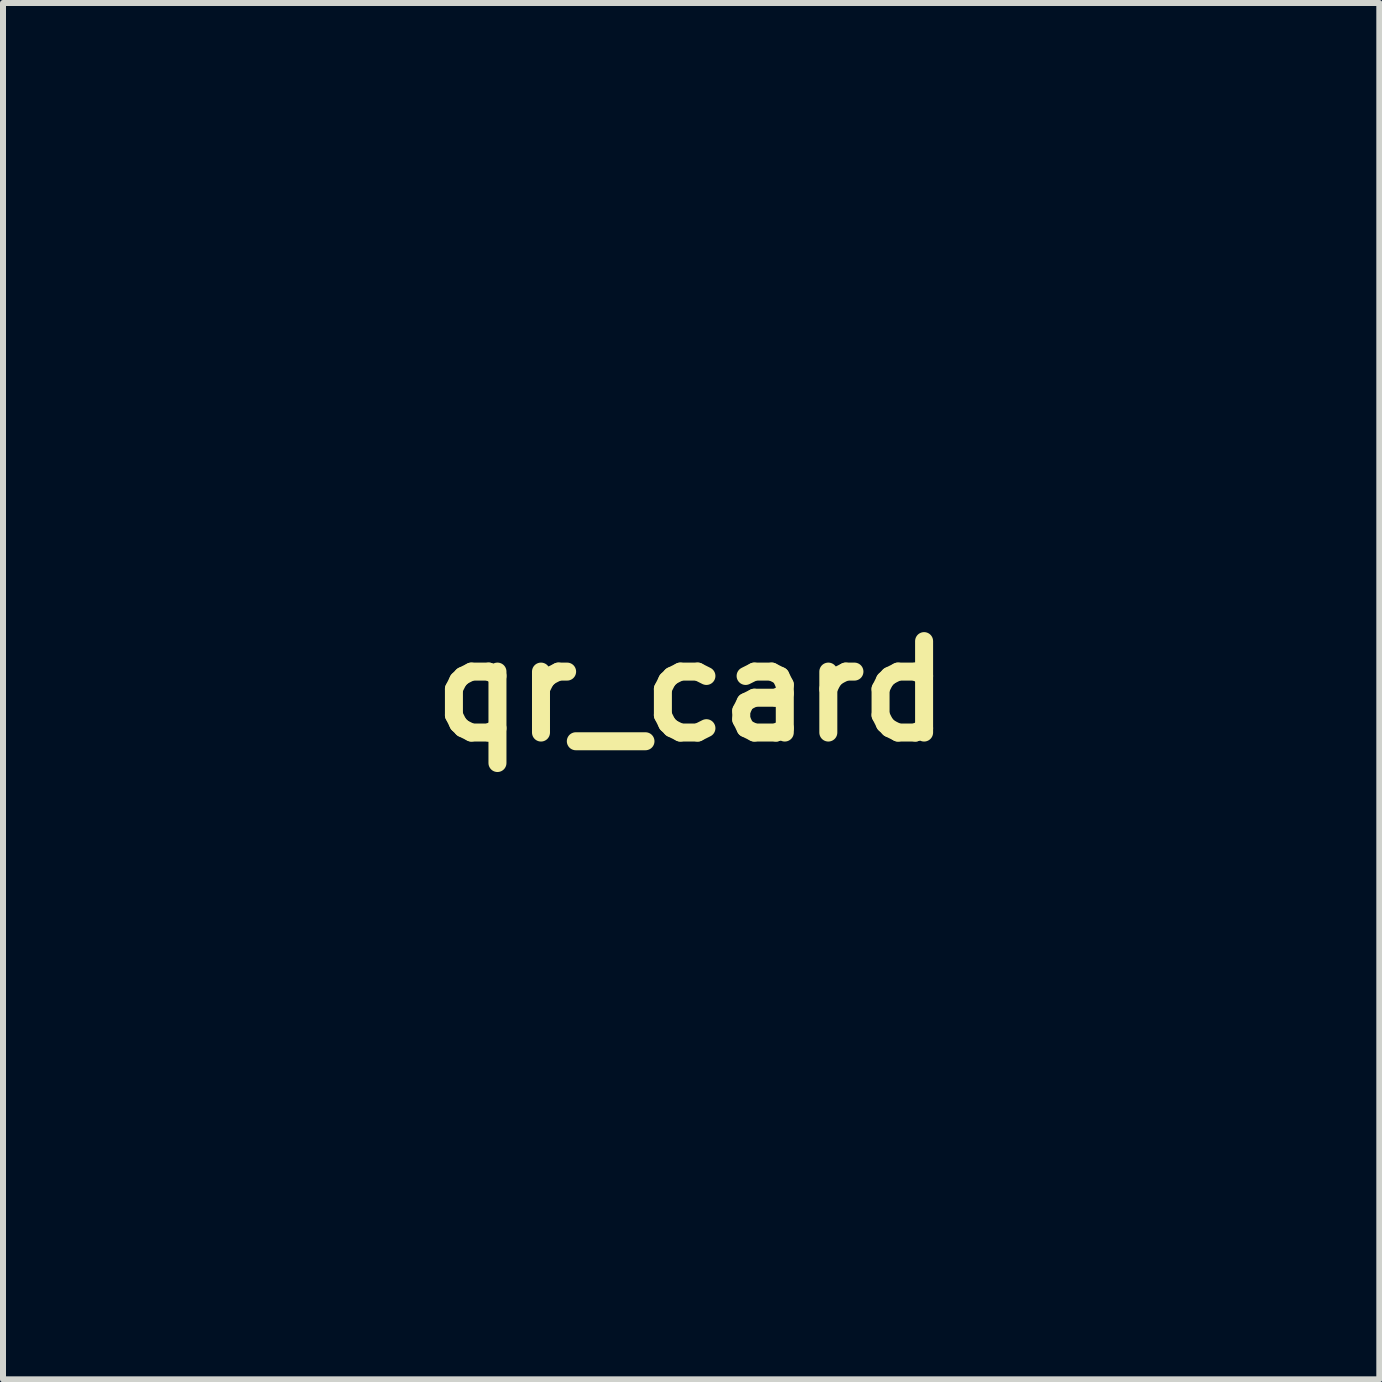
<source format=kicad_pcb>
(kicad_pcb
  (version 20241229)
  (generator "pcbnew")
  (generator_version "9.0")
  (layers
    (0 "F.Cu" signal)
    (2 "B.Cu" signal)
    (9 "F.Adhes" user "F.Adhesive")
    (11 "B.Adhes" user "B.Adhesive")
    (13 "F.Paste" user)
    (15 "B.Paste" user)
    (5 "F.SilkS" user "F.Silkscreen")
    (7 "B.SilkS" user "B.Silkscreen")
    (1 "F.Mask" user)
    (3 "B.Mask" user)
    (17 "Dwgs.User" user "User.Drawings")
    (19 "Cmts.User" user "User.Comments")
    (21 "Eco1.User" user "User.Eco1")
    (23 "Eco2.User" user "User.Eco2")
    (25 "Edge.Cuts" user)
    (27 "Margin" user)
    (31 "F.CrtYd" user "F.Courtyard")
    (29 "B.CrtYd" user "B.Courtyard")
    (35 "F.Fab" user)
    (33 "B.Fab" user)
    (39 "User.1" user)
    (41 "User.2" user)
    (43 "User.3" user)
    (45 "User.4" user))
  (footprint "qr_card"
    (layer "F.Cu")
    (at 8.472 8.472)
    (property "Reference" "qr_card" (at 0 0 0) (layer "F.SilkS") (effects (font (size 1.524 1.524) (thickness 0.3))))
    (attr through_hole)
    (fp_poly (pts (xy 0.254 -5.08) (xy -0.339 -5.08) (xy -0.339 -6.265) (xy 0.254 -6.265) (xy 0.254 -5.08)) (stroke (width 0.01) (type solid)) (fill no) (layer "Eco2.User"))
    (fp_poly (pts (xy 6.773 -0.931) (xy 5.588 -0.931) (xy 5.588 -1.524) (xy 6.773 -1.524) (xy 6.773 -0.931)) (stroke (width 0.01) (type solid)) (fill no) (layer "Eco2.User"))
    (fp_poly (pts (xy -3.895 -3.895) (xy -6.858 -3.895) (xy -6.858 -6.265) (xy -6.265 -6.265) (xy -6.265 -4.487) (xy -4.487 -4.487) (xy -4.487 -6.265) (xy -6.265 -6.265) (xy -6.858 -6.265) (xy -6.858 -6.858) (xy -3.895 -6.858) (xy -3.895 -3.895)) (stroke (width 0.01) (type solid)) (fill no) (layer "Eco2.User"))
    (fp_poly (pts (xy -3.895 6.773) (xy -6.858 6.773) (xy -6.858 4.403) (xy -6.265 4.403) (xy -6.265 6.181) (xy -4.487 6.181) (xy -4.487 4.403) (xy -6.265 4.403) (xy -6.858 4.403) (xy -6.858 3.81) (xy -3.895 3.81) (xy -3.895 6.773)) (stroke (width 0.01) (type solid)) (fill no) (layer "Eco2.User"))
    (fp_poly (pts (xy 6.773 -3.895) (xy 3.81 -3.895) (xy 3.81 -6.265) (xy 4.403 -6.265) (xy 4.403 -4.487) (xy 6.181 -4.487) (xy 6.181 -6.265) (xy 4.403 -6.265) (xy 3.81 -6.265) (xy 3.81 -6.858) (xy 6.773 -6.858) (xy 6.773 -3.895)) (stroke (width 0.01) (type solid)) (fill no) (layer "Eco2.User"))
    (fp_poly (pts (xy 4.995 5.292) (xy 5.008 5.49) (xy 5.082 5.572) (xy 5.269 5.588) (xy 5.292 5.588) (xy 5.588 5.588) (xy 5.588 6.773) (xy 4.995 6.773) (xy 4.995 5.588) (xy 3.81 5.588) (xy 3.81 4.995) (xy 4.995 4.995) (xy 4.995 5.292)) (stroke (width 0.01) (type solid)) (fill no) (layer "Eco2.User"))
    (fp_poly (pts (xy -0.436 5.008) (xy -0.355 5.082) (xy -0.339 5.269) (xy -0.339 5.292) (xy -0.352 5.49) (xy -0.426 5.572) (xy -0.612 5.588) (xy -0.635 5.588) (xy -0.834 5.575) (xy -0.915 5.501) (xy -0.931 5.314) (xy -0.931 5.292) (xy -0.918 5.093) (xy -0.844 5.012) (xy -0.658 4.995) (xy -0.635 4.995) (xy -0.436 5.008)) (stroke (width 0.01) (type solid)) (fill no) (layer "Eco2.User"))
    (fp_poly (pts (xy 0.156 3.823) (xy 0.238 3.897) (xy 0.254 4.084) (xy 0.254 4.106) (xy 0.241 4.305) (xy 0.167 4.386) (xy -0.02 4.403) (xy -0.042 4.403) (xy -0.241 4.39) (xy -0.322 4.316) (xy -0.339 4.129) (xy -0.339 4.106) (xy -0.326 3.908) (xy -0.252 3.826) (xy -0.065 3.81) (xy -0.042 3.81) (xy 0.156 3.823)) (stroke (width 0.01) (type solid)) (fill no) (layer "Eco2.User"))
    (fp_poly (pts (xy 1.342 -1.511) (xy 1.423 -1.437) (xy 1.439 -1.25) (xy 1.439 -1.228) (xy 1.426 -1.029) (xy 1.352 -0.948) (xy 1.166 -0.931) (xy 1.143 -0.931) (xy 0.944 -0.944) (xy 0.863 -1.018) (xy 0.847 -1.205) (xy 0.847 -1.228) (xy 0.86 -1.426) (xy 0.934 -1.508) (xy 1.12 -1.524) (xy 1.143 -1.524) (xy 1.342 -1.511)) (stroke (width 0.01) (type solid)) (fill no) (layer "Eco2.User"))
    (fp_poly (pts (xy 1.342 3.823) (xy 1.423 3.897) (xy 1.439 4.084) (xy 1.439 4.106) (xy 1.426 4.305) (xy 1.352 4.386) (xy 1.166 4.403) (xy 1.143 4.403) (xy 0.944 4.39) (xy 0.863 4.316) (xy 0.847 4.129) (xy 0.847 4.106) (xy 0.86 3.908) (xy 0.934 3.826) (xy 1.12 3.81) (xy 1.143 3.81) (xy 1.342 3.823)) (stroke (width 0.01) (type solid)) (fill no) (layer "Eco2.User"))
    (fp_poly (pts (xy 6.676 1.452) (xy 6.757 1.526) (xy 6.773 1.713) (xy 6.773 1.736) (xy 6.76 1.934) (xy 6.686 2.016) (xy 6.5 2.032) (xy 6.477 2.032) (xy 6.278 2.019) (xy 6.197 1.945) (xy 6.181 1.758) (xy 6.181 1.736) (xy 6.194 1.537) (xy 6.268 1.456) (xy 6.454 1.439) (xy 6.477 1.439) (xy 6.676 1.452)) (stroke (width 0.01) (type solid)) (fill no) (layer "Eco2.User"))
    (fp_poly (pts (xy 4.403 -0.339) (xy 3.217 -0.339) (xy 3.217 -0.042) (xy 3.204 0.156) (xy 3.13 0.238) (xy 2.944 0.254) (xy 2.921 0.254) (xy 2.722 0.241) (xy 2.641 0.167) (xy 2.625 -0.02) (xy 2.625 -0.042) (xy 2.612 -0.241) (xy 2.538 -0.322) (xy 2.351 -0.339) (xy 2.328 -0.339) (xy 2.13 -0.352) (xy 2.048 -0.426) (xy 2.032 -0.612) (xy 2.032 -0.635) (xy 2.032 -0.931) (xy 4.403 -0.931) (xy 4.403 -0.339)) (stroke (width 0.01) (type solid)) (fill no) (layer "Eco2.User"))
    (fp_poly (pts (xy 6.773 -0.042) (xy 6.76 0.156) (xy 6.686 0.238) (xy 6.5 0.254) (xy 6.477 0.254) (xy 6.278 0.267) (xy 6.197 0.341) (xy 6.181 0.528) (xy 6.181 0.55) (xy 6.181 0.847) (xy 4.995 0.847) (xy 4.995 0.55) (xy 4.982 0.352) (xy 4.908 0.27) (xy 4.722 0.254) (xy 4.699 0.254) (xy 4.5 0.241) (xy 4.419 0.167) (xy 4.403 -0.02) (xy 4.403 -0.042) (xy 4.403 -0.339) (xy 6.773 -0.339) (xy 6.773 -0.042)) (stroke (width 0.01) (type solid)) (fill no) (layer "Eco2.User"))
    (fp_poly (pts (xy 4.403 4.403) (xy 2.625 4.403) (xy 2.625 3.514) (xy 3.217 3.514) (xy 3.23 3.712) (xy 3.304 3.794) (xy 3.491 3.81) (xy 3.514 3.81) (xy 3.712 3.797) (xy 3.794 3.723) (xy 3.81 3.536) (xy 3.81 3.514) (xy 3.797 3.315) (xy 3.723 3.234) (xy 3.536 3.217) (xy 3.514 3.217) (xy 3.315 3.23) (xy 3.234 3.304) (xy 3.217 3.491) (xy 3.217 3.514) (xy 2.625 3.514) (xy 2.625 2.625) (xy 4.403 2.625) (xy 4.403 4.403)) (stroke (width 0.01) (type solid)) (fill no) (layer "Eco2.User"))
    (fp_poly (pts (xy -4.585 -0.918) (xy -4.504 -0.844) (xy -4.487 -0.658) (xy -4.487 -0.635) (xy -4.5 -0.436) (xy -4.574 -0.355) (xy -4.761 -0.339) (xy -4.784 -0.339) (xy -4.982 -0.326) (xy -5.064 -0.252) (xy -5.08 -0.065) (xy -5.08 -0.042) (xy -5.093 0.156) (xy -5.167 0.238) (xy -5.354 0.254) (xy -5.376 0.254) (xy -5.575 0.241) (xy -5.656 0.167) (xy -5.673 -0.02) (xy -5.673 -0.042) (xy -5.66 -0.241) (xy -5.586 -0.322) (xy -5.399 -0.339) (xy -5.376 -0.339) (xy -5.178 -0.352) (xy -5.096 -0.426) (xy -5.08 -0.612) (xy -5.08 -0.635) (xy -5.067 -0.834) (xy -4.993 -0.915) (xy -4.806 -0.931) (xy -4.784 -0.931) (xy -4.585 -0.918)) (stroke (width 0.01) (type solid)) (fill no) (layer "Eco2.User"))
    (fp_poly (pts (xy -1.029 -4.474) (xy -0.948 -4.4) (xy -0.931 -4.214) (xy -0.931 -4.191) (xy -0.944 -3.992) (xy -1.018 -3.911) (xy -1.205 -3.895) (xy -1.228 -3.895) (xy -1.426 -3.882) (xy -1.508 -3.808) (xy -1.524 -3.621) (xy -1.524 -3.598) (xy -1.537 -3.4) (xy -1.611 -3.318) (xy -1.798 -3.302) (xy -1.82 -3.302) (xy -2.019 -3.315) (xy -2.1 -3.389) (xy -2.117 -3.576) (xy -2.117 -3.598) (xy -2.104 -3.797) (xy -2.03 -3.878) (xy -1.843 -3.895) (xy -1.82 -3.895) (xy -1.622 -3.908) (xy -1.54 -3.982) (xy -1.524 -4.168) (xy -1.524 -4.191) (xy -1.511 -4.39) (xy -1.437 -4.471) (xy -1.25 -4.487) (xy -1.228 -4.487) (xy -1.029 -4.474)) (stroke (width 0.01) (type solid)) (fill no) (layer "Eco2.User"))
    (fp_poly (pts (xy 0.847 -3.302) (xy 1.143 -3.302) (xy 1.342 -3.289) (xy 1.423 -3.215) (xy 1.439 -3.028) (xy 1.439 -3.006) (xy 1.452 -2.807) (xy 1.526 -2.726) (xy 1.713 -2.709) (xy 1.736 -2.709) (xy 1.934 -2.696) (xy 2.016 -2.622) (xy 2.032 -2.436) (xy 2.032 -2.413) (xy 2.032 -2.117) (xy 0.254 -2.117) (xy 0.254 -2.413) (xy 0.267 -2.612) (xy 0.341 -2.693) (xy 0.528 -2.709) (xy 0.55 -2.709) (xy 0.749 -2.722) (xy 0.83 -2.796) (xy 0.847 -2.983) (xy 0.847 -3.006) (xy 0.834 -3.204) (xy 0.76 -3.286) (xy 0.573 -3.302) (xy 0.55 -3.302) (xy 0.352 -3.315) (xy 0.27 -3.389) (xy 0.254 -3.576) (xy 0.254 -3.598) (xy 0.241 -3.797) (xy 0.167 -3.878) (xy -0.02 -3.895) (xy -0.042 -3.895) (xy -0.241 -3.908) (xy -0.322 -3.982) (xy -0.339 -4.168) (xy -0.339 -4.191) (xy -0.339 -4.487) (xy 0.847 -4.487) (xy 0.847 -3.302)) (stroke (width 0.01) (type solid)) (fill no) (layer "Eco2.User"))
    (fp_poly (pts (xy 8.467 8.467) (xy -8.467 8.467) (xy -8.467 3.217) (xy -7.451 3.217) (xy -7.451 7.366) (xy -3.302 7.366) (xy -3.302 3.217) (xy -7.451 3.217) (xy -8.467 3.217) (xy -8.467 -2.709) (xy -7.451 -2.709) (xy -7.451 -2.117) (xy -6.265 -2.117) (xy -6.265 -1.524) (xy -5.08 -1.524) (xy -5.08 -0.931) (xy -6.858 -0.931) (xy -6.858 0.254) (xy -7.451 0.254) (xy -7.451 2.625) (xy -6.858 2.625) (xy -6.858 2.328) (xy -6.265 2.328) (xy -6.252 2.527) (xy -6.178 2.608) (xy -5.992 2.625) (xy -5.969 2.625) (xy -5.77 2.612) (xy -5.689 2.538) (xy -5.673 2.351) (xy -5.673 2.328) (xy -5.66 2.13) (xy -5.586 2.048) (xy -5.399 2.032) (xy -5.376 2.032) (xy -5.178 2.045) (xy -5.096 2.119) (xy -5.08 2.306) (xy -5.08 2.328) (xy -5.067 2.527) (xy -4.993 2.608) (xy -4.806 2.625) (xy -4.784 2.625) (xy -4.487 2.625) (xy -4.487 2.328) (xy -3.895 2.328) (xy -3.882 2.527) (xy -3.808 2.608) (xy -3.621 2.625) (xy -3.598 2.625) (xy -2.709 2.625) (xy -2.709 3.217) (xy -1.524 3.217) (xy -1.524 2.625) (xy -2.709 2.625) (xy -3.598 2.625) (xy -3.4 2.612) (xy -3.318 2.538) (xy -3.302 2.351) (xy -3.302 2.328) (xy -3.315 2.13) (xy -3.389 2.048) (xy -3.576 2.032) (xy -3.598 2.032) (xy -3.797 2.045) (xy -3.878 2.119) (xy -3.895 2.306) (xy -3.895 2.328) (xy -4.487 2.328) (xy -4.487 1.439) (xy -5.673 1.439) (xy -5.673 1.736) (xy -5.686 1.934) (xy -5.76 2.016) (xy -5.946 2.032) (xy -5.969 2.032) (xy -6.168 2.045) (xy -6.249 2.119) (xy -6.265 2.306) (xy -6.265 2.328) (xy -6.858 2.328) (xy -6.858 1.439) (xy -6.562 1.439) (xy -6.363 1.426) (xy -6.282 1.352) (xy -6.265 1.166) (xy -6.265 1.143) (xy -6.265 0.847) (xy -4.487 0.847) (xy -4.487 1.439) (xy -3.302 1.439) (xy -3.302 1.143) (xy -3.315 0.944) (xy -3.389 0.863) (xy -3.576 0.847) (xy -3.598 0.847) (xy -3.797 0.834) (xy -3.878 0.76) (xy -3.895 0.573) (xy -3.895 0.55) (xy -3.895 0.254) (xy -2.117 0.254) (xy -2.117 0.55) (xy -2.13 0.749) (xy -2.204 0.83) (xy -2.39 0.847) (xy -2.413 0.847) (xy -2.612 0.86) (xy -2.693 0.934) (xy -2.709 1.12) (xy -2.709 1.143) (xy -2.696 1.342) (xy -2.622 1.423) (xy -2.436 1.439) (xy -2.413 1.439) (xy -2.214 1.452) (xy -2.133 1.526) (xy -2.117 1.713) (xy -2.117 1.736) (xy -2.104 1.934) (xy -2.03 2.016) (xy -1.843 2.032) (xy -1.82 2.032) (xy -1.622 2.019) (xy -1.54 1.945) (xy -1.524 1.758) (xy -1.524 1.736) (xy -1.511 1.537) (xy -1.437 1.456) (xy -1.25 1.439) (xy -1.228 1.439) (xy -0.931 1.439) (xy -0.931 -0.339) (xy -2.117 -0.339) (xy -2.117 -0.635) (xy -2.104 -0.834) (xy -2.03 -0.915) (xy -1.843 -0.931) (xy -1.82 -0.931) (xy -1.622 -0.944) (xy -1.54 -1.018) (xy -1.524 -1.205) (xy -1.524 -1.228) (xy -1.511 -1.426) (xy -1.437 -1.508) (xy -1.25 -1.524) (xy -1.228 -1.524) (xy -1.029 -1.537) (xy -0.948 -1.611) (xy -0.931 -1.798) (xy -0.931 -1.82) (xy -0.944 -2.019) (xy -1.018 -2.1) (xy -1.205 -2.117) (xy -1.228 -2.117) (xy -1.524 -2.117) (xy -1.524 -3.302) (xy -1.228 -3.302) (xy -1.029 -3.315) (xy -0.948 -3.389) (xy -0.931 -3.576) (xy -0.931 -3.598) (xy -0.918 -3.797) (xy -0.844 -3.878) (xy -0.658 -3.895) (xy -0.635 -3.895) (xy -0.339 -3.895) (xy -0.339 -2.117) (xy -0.042 -2.117) (xy 0.156 -2.104) (xy 0.238 -2.03) (xy 0.254 -1.843) (xy 0.254 -1.82) (xy 0.241 -1.622) (xy 0.167 -1.54) (xy -0.02 -1.524) (xy -0.042 -1.524) (xy -0.241 -1.511) (xy -0.322 -1.437) (xy -0.339 -1.25) (xy -0.339 -1.228) (xy -0.339 -0.931) (xy 0.847 -0.931) (xy 0.847 -0.635) (xy 0.86 -0.436) (xy 0.934 -0.355) (xy 1.12 -0.339) (xy 1.143 -0.339) (xy 1.342 -0.326) (xy 1.423 -0.252) (xy 1.439 -0.065) (xy 1.439 -0.042) (xy 1.439 0.254) (xy -0.339 0.254) (xy -0.339 0.847) (xy 1.439 0.847) (xy 1.439 1.143) (xy 1.452 1.342) (xy 1.526 1.423) (xy 1.713 1.439) (xy 1.736 1.439) (xy 1.934 1.426) (xy 2.016 1.352) (xy 2.032 1.166) (xy 2.032 1.143) (xy 2.032 0.847) (xy 3.217 0.847) (xy 3.217 1.143) (xy 3.23 1.342) (xy 3.304 1.423) (xy 3.491 1.439) (xy 3.514 1.439) (xy 3.712 1.452) (xy 3.794 1.526) (xy 3.81 1.713) (xy 3.81 1.736) (xy 3.81 2.032) (xy 2.032 2.032) (xy 2.032 3.81) (xy 1.736 3.81) (xy 1.537 3.797) (xy 1.456 3.723) (xy 1.439 3.536) (xy 1.439 3.514) (xy 1.439 3.217) (xy -0.339 3.217) (xy -0.339 2.625) (xy 0.847 2.625) (xy 0.847 2.328) (xy 0.834 2.13) (xy 0.76 2.048) (xy 0.573 2.032) (xy 0.55 2.032) (xy 0.352 2.019) (xy 0.27 1.945) (xy 0.254 1.758) (xy 0.254 1.736) (xy 0.241 1.537) (xy 0.167 1.456) (xy -0.02 1.439) (xy -0.042 1.439) (xy -0.241 1.452) (xy -0.322 1.526) (xy -0.339 1.713) (xy -0.339 1.736) (xy -0.352 1.934) (xy -0.426 2.016) (xy -0.612 2.032) (xy -0.635 2.032) (xy -0.931 2.032) (xy -0.931 3.217) (xy -0.635 3.217) (xy -0.436 3.23) (xy -0.355 3.304) (xy -0.339 3.491) (xy -0.339 3.514) (xy -0.352 3.712) (xy -0.426 3.794) (xy -0.612 3.81) (xy -0.635 3.81) (xy -0.834 3.823) (xy -0.915 3.897) (xy -0.931 4.084) (xy -0.931 4.106) (xy -0.944 4.305) (xy -1.018 4.386) (xy -1.205 4.403) (xy -1.228 4.403) (xy -1.426 4.416) (xy -1.508 4.49) (xy -1.524 4.676) (xy -1.524 4.699) (xy -1.537 4.898) (xy -1.611 4.979) (xy -1.798 4.995) (xy -1.82 4.995) (xy -2.019 4.982) (xy -2.1 4.908) (xy -2.117 4.722) (xy -2.117 4.699) (xy -2.13 4.5) (xy -2.204 4.419) (xy -2.39 4.403) (xy -2.413 4.403) (xy -2.709 4.403) (xy -2.709 5.588) (xy -0.931 5.588) (xy -0.931 6.181) (xy -2.709 6.181) (xy -2.709 7.366) (xy 0.254 7.366) (xy 0.254 7.07) (xy 2.032 7.07) (xy 2.045 7.268) (xy 2.119 7.35) (xy 2.306 7.366) (xy 2.328 7.366) (xy 2.527 7.353) (xy 2.608 7.279) (xy 2.625 7.092) (xy 2.625 7.07) (xy 2.612 6.871) (xy 2.538 6.79) (xy 2.351 6.773) (xy 2.328 6.773) (xy 2.13 6.786) (xy 2.048 6.86) (xy 2.032 7.047) (xy 2.032 7.07) (xy 0.254 7.07) (xy 0.241 6.871) (xy 0.167 6.79) (xy -0.02 6.773) (xy -0.042 6.773) (xy -0.241 6.76) (xy -0.322 6.686) (xy -0.339 6.5) (xy -0.339 6.477) (xy -0.339 6.181) (xy 1.439 6.181) (xy 1.439 5.588) (xy 0.254 5.588) (xy 0.254 4.403) (xy 0.55 4.403) (xy 0.749 4.416) (xy 0.83 4.49) (xy 0.847 4.676) (xy 0.847 4.699) (xy 0.847 4.995) (xy 2.032 4.995) (xy 2.032 5.292) (xy 2.045 5.49) (xy 2.119 5.572) (xy 2.306 5.588) (xy 2.328 5.588) (xy 2.527 5.601) (xy 2.608 5.675) (xy 2.625 5.862) (xy 2.625 5.884) (xy 2.638 6.083) (xy 2.712 6.164) (xy 2.898 6.181) (xy 2.921 6.181) (xy 3.12 6.168) (xy 3.201 6.094) (xy 3.217 5.907) (xy 3.217 5.884) (xy 3.23 5.686) (xy 3.304 5.604) (xy 3.491 5.588) (xy 3.514 5.588) (xy 3.81 5.588) (xy 3.81 6.773) (xy 4.995 6.773) (xy 4.995 7.07) (xy 5.008 7.268) (xy 5.082 7.35) (xy 5.269 7.366) (xy 5.292 7.366) (xy 5.49 7.353) (xy 5.572 7.279) (xy 5.588 7.092) (xy 5.588 7.07) (xy 5.588 6.773) (xy 6.773 6.773) (xy 6.773 7.07) (xy 6.786 7.268) (xy 6.86 7.35) (xy 7.047 7.366) (xy 7.07 7.366) (xy 7.366 7.366) (xy 7.366 4.995) (xy 6.181 4.995) (xy 6.181 5.292) (xy 6.168 5.49) (xy 6.094 5.572) (xy 5.907 5.588) (xy 5.884 5.588) (xy 5.588 5.588) (xy 5.588 4.403) (xy 6.773 4.403) (xy 7.366 4.403) (xy 7.366 3.217) (xy 6.773 3.217) (xy 6.773 4.403) (xy 5.588 4.403) (xy 5.292 4.403) (xy 5.093 4.39) (xy 5.012 4.316) (xy 4.995 4.129) (xy 4.995 4.106) (xy 5.008 3.908) (xy 5.082 3.826) (xy 5.269 3.81) (xy 5.292 3.81) (xy 5.49 3.797) (xy 5.572 3.723) (xy 5.588 3.536) (xy 5.588 3.514) (xy 5.575 3.315) (xy 5.501 3.234) (xy 5.314 3.217) (xy 5.292 3.217) (xy 4.995 3.217) (xy 4.995 2.032) (xy 4.699 2.032) (xy 4.5 2.019) (xy 4.419 1.945) (xy 4.403 1.758) (xy 4.403 1.736) (xy 4.39 1.537) (xy 4.316 1.456) (xy 4.129 1.439) (xy 4.106 1.439) (xy 3.908 1.426) (xy 3.826 1.352) (xy 3.81 1.166) (xy 3.81 1.143) (xy 3.797 0.944) (xy 3.723 0.863) (xy 3.536 0.847) (xy 3.514 0.847) (xy 3.315 0.834) (xy 3.234 0.76) (xy 3.217 0.573) (xy 3.217 0.55) (xy 3.217 0.254) (xy 4.403 0.254) (xy 4.403 0.55) (xy 4.416 0.749) (xy 4.49 0.83) (xy 4.676 0.847) (xy 4.699 0.847) (xy 4.898 0.86) (xy 4.979 0.934) (xy 4.995 1.12) (xy 4.995 1.143) (xy 5.008 1.342) (xy 5.082 1.423) (xy 5.269 1.439) (xy 5.292 1.439) (xy 5.588 1.439) (xy 5.588 2.625) (xy 5.884 2.625) (xy 6.083 2.638) (xy 6.164 2.712) (xy 6.181 2.898) (xy 6.181 2.921) (xy 6.194 3.12) (xy 6.268 3.201) (xy 6.454 3.217) (xy 6.477 3.217) (xy 6.773 3.217) (xy 6.773 2.032) (xy 7.366 2.032) (xy 7.366 0.847) (xy 7.07 0.847) (xy 6.871 0.834) (xy 6.79 0.76) (xy 6.773 0.573) (xy 6.773 0.55) (xy 6.786 0.352) (xy 6.86 0.27) (xy 7.047 0.254) (xy 7.07 0.254) (xy 7.366 0.254) (xy 7.366 -1.524) (xy 7.07 -1.524) (xy 6.871 -1.537) (xy 6.79 -1.611) (xy 6.773 -1.798) (xy 6.773 -1.82) (xy 6.786 -2.019) (xy 6.86 -2.1) (xy 7.047 -2.117) (xy 7.07 -2.117) (xy 7.268 -2.13) (xy 7.35 -2.204) (xy 7.366 -2.39) (xy 7.366 -2.413) (xy 7.353 -2.612) (xy 7.279 -2.693) (xy 7.092 -2.709) (xy 7.07 -2.709) (xy 6.871 -2.696) (xy 6.79 -2.622) (xy 6.773 -2.436) (xy 6.773 -2.413) (xy 6.773 -2.117) (xy 3.81 -2.117) (xy 3.81 -2.413) (xy 3.797 -2.612) (xy 3.723 -2.693) (xy 3.536 -2.709) (xy 3.514 -2.709) (xy 3.315 -2.696) (xy 3.234 -2.622) (xy 3.217 -2.436) (xy 3.217 -2.413) (xy 3.23 -2.214) (xy 3.304 -2.133) (xy 3.491 -2.117) (xy 3.514 -2.117) (xy 3.712 -2.104) (xy 3.794 -2.03) (xy 3.81 -1.843) (xy 3.81 -1.82) (xy 3.81 -1.524) (xy 2.625 -1.524) (xy 2.625 -6.858) (xy 2.032 -6.858) (xy 2.032 -3.302) (xy 1.439 -3.302) (xy 1.439 -5.08) (xy 1.143 -5.08) (xy 0.944 -5.093) (xy 0.863 -5.167) (xy 0.847 -5.354) (xy 0.847 -5.376) (xy 0.86 -5.575) (xy 0.934 -5.656) (xy 1.12 -5.673) (xy 1.143 -5.673) (xy 1.342 -5.686) (xy 1.423 -5.76) (xy 1.439 -5.946) (xy 1.439 -5.969) (xy 1.439 -6.265) (xy 0.254 -6.265) (xy 0.254 -6.562) (xy 0.241 -6.76) (xy 0.167 -6.842) (xy -0.02 -6.858) (xy -0.042 -6.858) (xy -0.241 -6.871) (xy -0.322 -6.945) (xy -0.339 -7.132) (xy -0.339 -7.154) (xy 0.847 -7.154) (xy 0.86 -6.956) (xy 0.934 -6.874) (xy 1.12 -6.858) (xy 1.143 -6.858) (xy 1.342 -6.871) (xy 1.423 -6.945) (xy 1.439 -7.132) (xy 1.439 -7.154) (xy 1.426 -7.353) (xy 1.352 -7.434) (xy 1.166 -7.451) (xy 1.143 -7.451) (xy 3.217 -7.451) (xy 3.217 -3.302) (xy 7.366 -3.302) (xy 7.366 -7.451) (xy 3.217 -7.451) (xy 1.143 -7.451) (xy 0.944 -7.438) (xy 0.863 -7.364) (xy 0.847 -7.177) (xy 0.847 -7.154) (xy -0.339 -7.154) (xy -0.339 -7.451) (xy -2.709 -7.451) (xy -2.709 -6.858) (xy -0.931 -6.858) (xy -0.931 -5.673) (xy -1.228 -5.673) (xy -1.426 -5.686) (xy -1.508 -5.76) (xy -1.524 -5.946) (xy -1.524 -5.969) (xy -1.537 -6.168) (xy -1.611 -6.249) (xy -1.798 -6.265) (xy -1.82 -6.265) (xy -2.019 -6.252) (xy -2.1 -6.178) (xy -2.117 -5.992) (xy -2.117 -5.969) (xy -2.104 -5.77) (xy -2.03 -5.689) (xy -1.843 -5.673) (xy -1.82 -5.673) (xy -1.524 -5.673) (xy -1.524 -4.487) (xy -1.82 -4.487) (xy -2.019 -4.474) (xy -2.1 -4.4) (xy -2.117 -4.214) (xy -2.117 -4.191) (xy -2.13 -3.992) (xy -2.204 -3.911) (xy -2.39 -3.895) (xy -2.413 -3.895) (xy -2.709 -3.895) (xy -2.709 -2.709) (xy -2.413 -2.709) (xy -2.214 -2.696) (xy -2.133 -2.622) (xy -2.117 -2.436) (xy -2.117 -2.413) (xy -2.104 -2.214) (xy -2.03 -2.133) (xy -1.843 -2.117) (xy -1.82 -2.117) (xy -1.622 -2.104) (xy -1.54 -2.03) (xy -1.524 -1.843) (xy -1.524 -1.82) (xy -1.537 -1.622) (xy -1.611 -1.54) (xy -1.798 -1.524) (xy -1.82 -1.524) (xy -2.019 -1.511) (xy -2.1 -1.437) (xy -2.117 -1.25) (xy -2.117 -1.228) (xy -2.13 -1.029) (xy -2.204 -0.948) (xy -2.39 -0.931) (xy -2.413 -0.931) (xy -2.612 -0.918) (xy -2.693 -0.844) (xy -2.709 -0.658) (xy -2.709 -0.635) (xy -2.709 -0.339) (xy -3.895 -0.339) (xy -3.895 -0.635) (xy -3.882 -0.834) (xy -3.808 -0.915) (xy -3.621 -0.931) (xy -3.598 -0.931) (xy -3.4 -0.944) (xy -3.318 -1.018) (xy -3.302 -1.205) (xy -3.302 -1.228) (xy -3.289 -1.426) (xy -3.215 -1.508) (xy -3.028 -1.524) (xy -3.006 -1.524) (xy -2.807 -1.537) (xy -2.726 -1.611) (xy -2.709 -1.798) (xy -2.709 -1.82) (xy -2.722 -2.019) (xy -2.796 -2.1) (xy -2.983 -2.117) (xy -3.006 -2.117) (xy -3.204 -2.13) (xy -3.286 -2.204) (xy -3.302 -2.39) (xy -3.302 -2.413) (xy -3.315 -2.612) (xy -3.389 -2.693) (xy -3.576 -2.709) (xy -3.598 -2.709) (xy -3.797 -2.696) (xy -3.878 -2.622) (xy -3.895 -2.436) (xy -3.895 -2.413) (xy -3.882 -2.214) (xy -3.808 -2.133) (xy -3.621 -2.117) (xy -3.598 -2.117) (xy -3.4 -2.104) (xy -3.318 -2.03) (xy -3.302 -1.843) (xy -3.302 -1.82) (xy -3.315 -1.622) (xy -3.389 -1.54) (xy -3.576 -1.524) (xy -3.598 -1.524) (xy -3.797 -1.511) (xy -3.878 -1.437) (xy -3.895 -1.25) (xy -3.895 -1.228) (xy -3.908 -1.029) (xy -3.982 -0.948) (xy -4.168 -0.931) (xy -4.191 -0.931) (xy -4.487 -0.931) (xy -4.487 -2.709) (xy -5.673 -2.709) (xy -5.673 -2.413) (xy -5.686 -2.214) (xy -5.76 -2.133) (xy -5.946 -2.117) (xy -5.969 -2.117) (xy -6.168 -2.13) (xy -6.249 -2.204) (xy -6.265 -2.39) (xy -6.265 -2.413) (xy -6.265 -2.709) (xy -7.451 -2.709) (xy -8.467 -2.709) (xy -8.467 -7.451) (xy -7.451 -7.451) (xy -7.451 -3.302) (xy -3.302 -3.302) (xy -3.302 -7.451) (xy -7.451 -7.451) (xy -8.467 -7.451) (xy -8.467 -8.467) (xy 8.467 -8.467) (xy 8.467 8.467)) (stroke (width 0.01) (type solid)) (fill no) (layer "Eco2.User")))
  (gr_rect
    (start -3 -3)
    (end 19.943 19.943)
    (stroke (width 0.1) (type default))
    (fill no)
    (layer "Edge.Cuts")))
</source>
